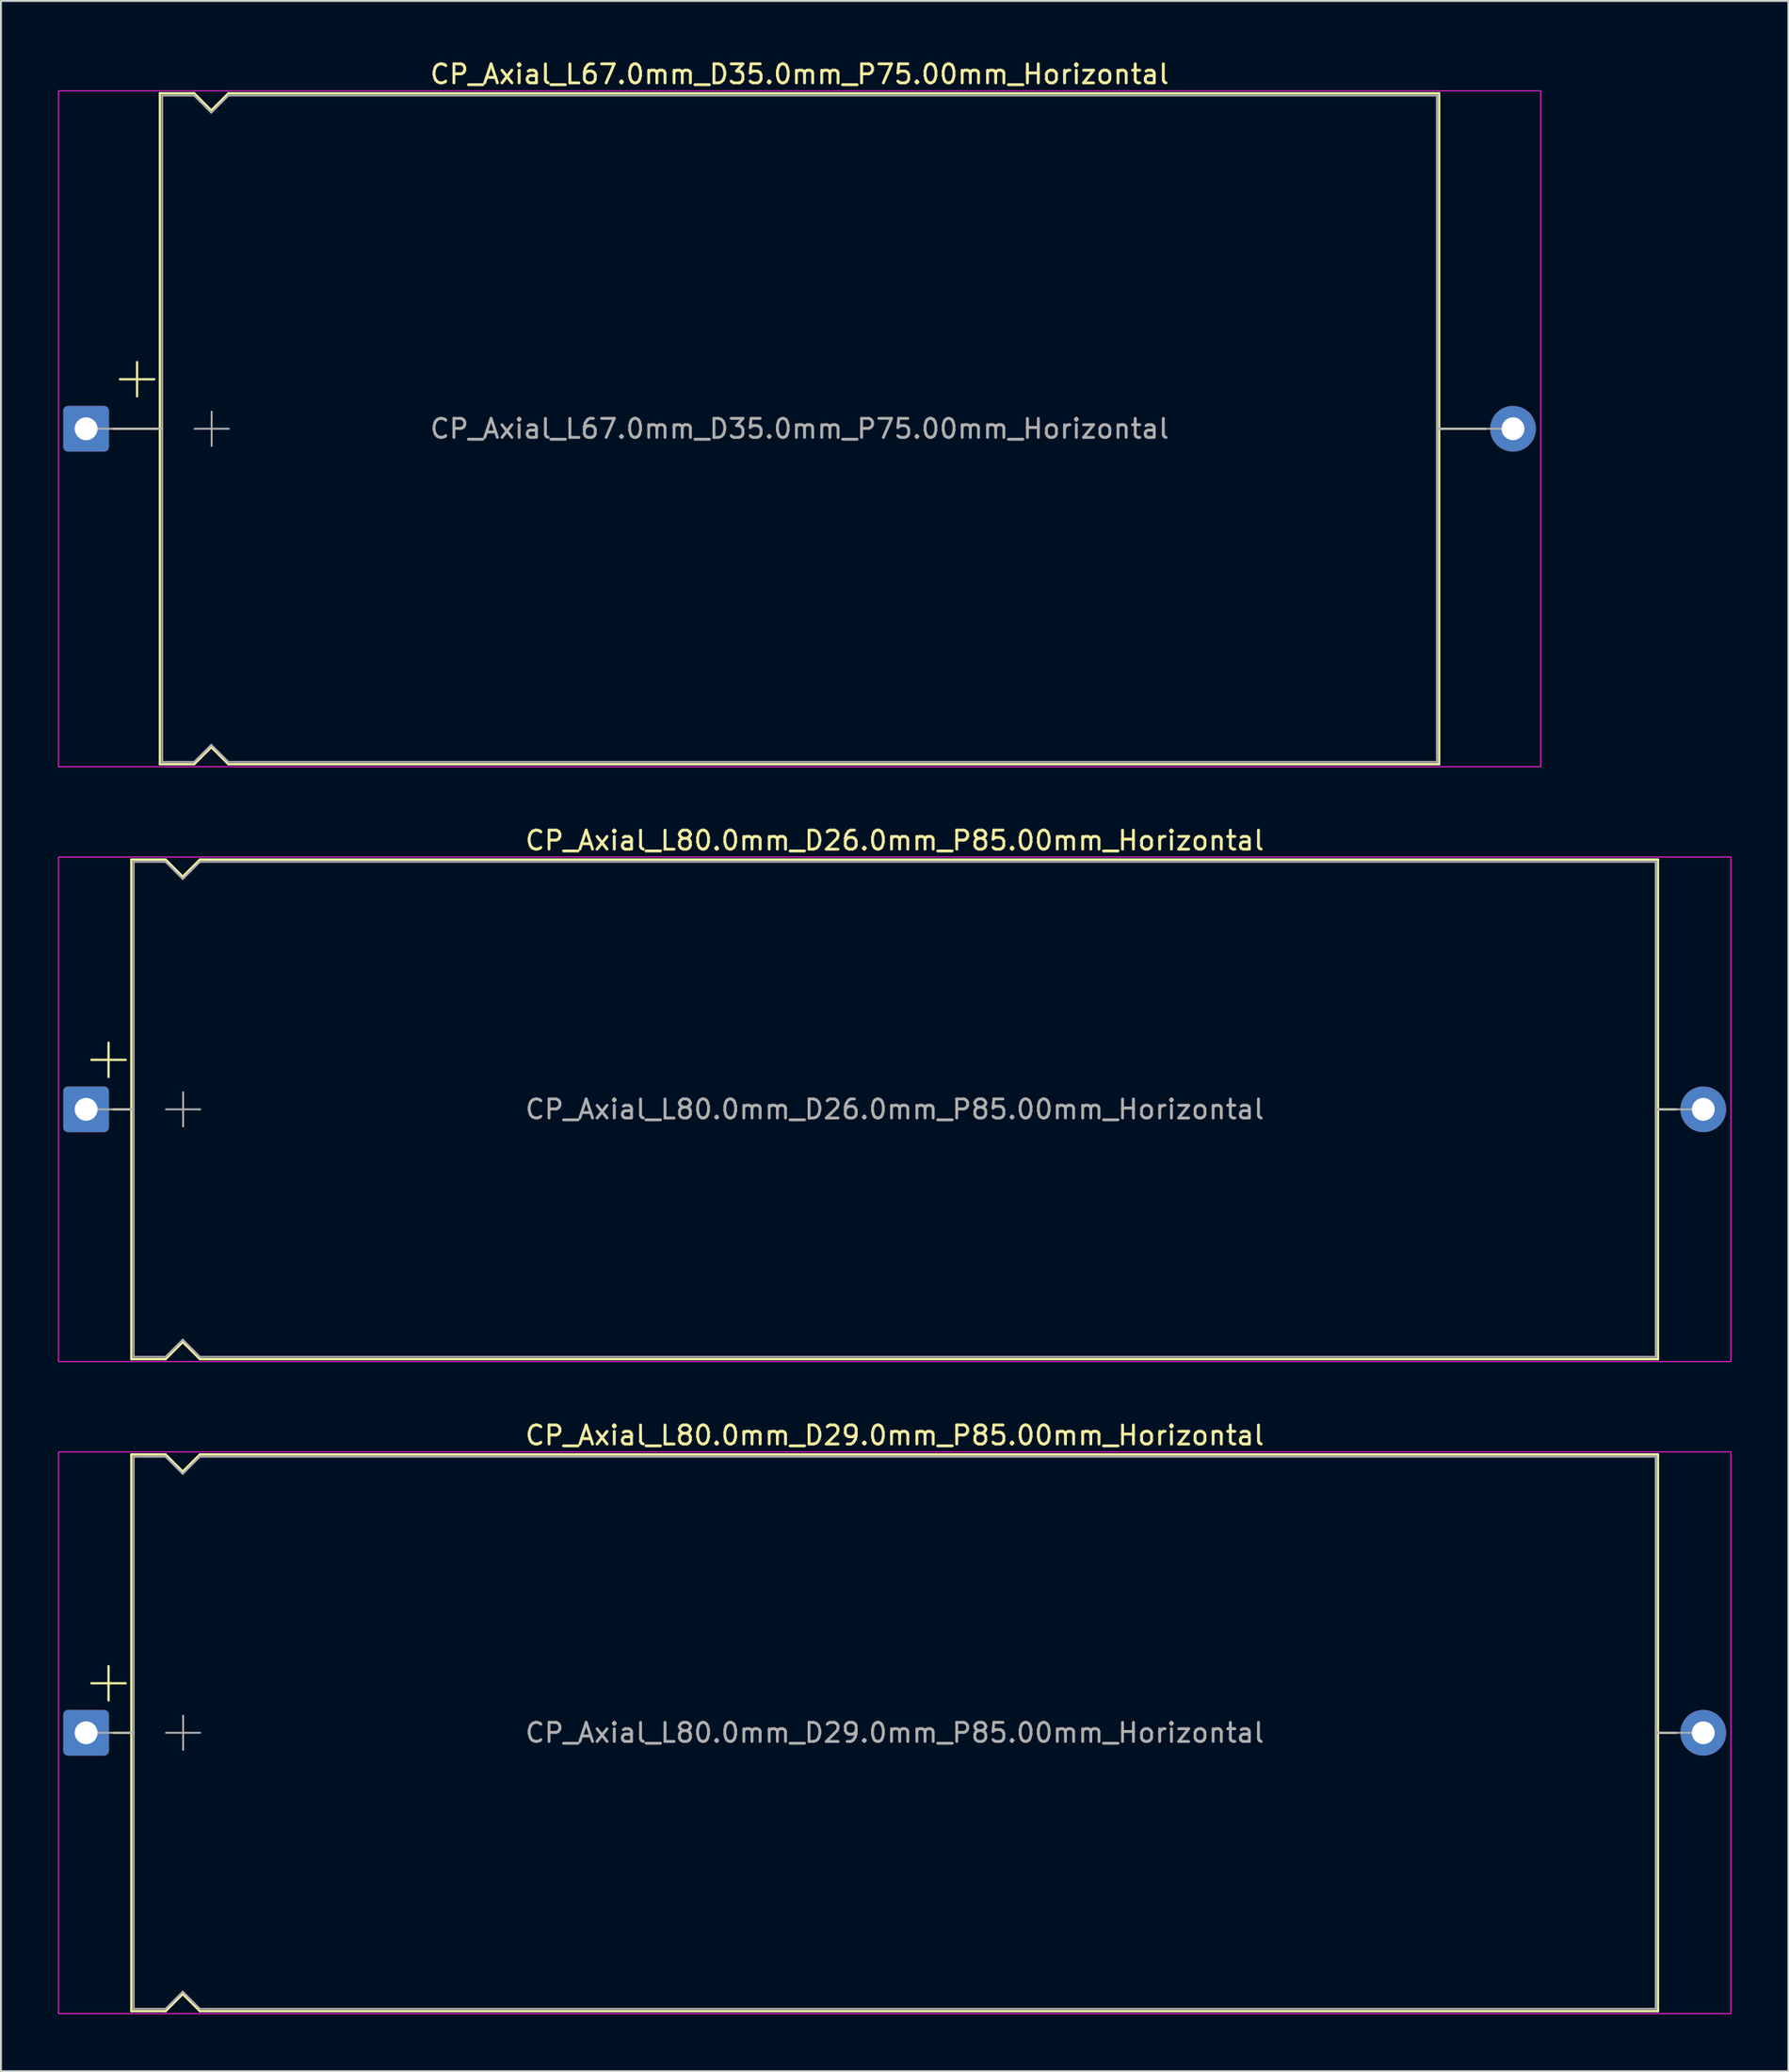
<source format=kicad_pcb>
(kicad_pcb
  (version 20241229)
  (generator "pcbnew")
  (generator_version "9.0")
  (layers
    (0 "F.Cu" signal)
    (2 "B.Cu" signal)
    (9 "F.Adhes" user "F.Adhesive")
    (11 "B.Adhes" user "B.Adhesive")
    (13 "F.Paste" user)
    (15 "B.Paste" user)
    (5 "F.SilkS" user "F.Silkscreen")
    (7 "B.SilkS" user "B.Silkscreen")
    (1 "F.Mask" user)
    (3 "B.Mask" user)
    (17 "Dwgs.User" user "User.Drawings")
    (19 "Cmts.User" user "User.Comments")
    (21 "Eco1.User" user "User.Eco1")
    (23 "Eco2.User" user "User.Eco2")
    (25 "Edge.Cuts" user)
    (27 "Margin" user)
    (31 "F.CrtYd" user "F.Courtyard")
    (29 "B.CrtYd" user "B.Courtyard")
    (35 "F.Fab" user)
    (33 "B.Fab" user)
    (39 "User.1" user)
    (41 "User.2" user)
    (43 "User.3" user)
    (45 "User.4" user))
  (footprint "CP_Axial_L67.0mm_D35.0mm_P75.00mm_Horizontal"
    (layer "F.Cu")
    (at 1.475 19.468)
    (property "Reference" "CP_Axial_L67.0mm_D35.0mm_P75.00mm_Horizontal" (at 37.5 -18.62 0) (layer "F.SilkS") (effects (font (size 1 1) (thickness 0.15))))
    (attr through_hole)
    (fp_line (start 1.44 0) (end 3.88 0) (stroke (width 0.12) (type solid)) (layer "F.SilkS"))
    (fp_line (start 1.78 -2.6) (end 3.58 -2.6) (stroke (width 0.12) (type solid)) (layer "F.SilkS"))
    (fp_line (start 2.68 -3.5) (end 2.68 -1.7) (stroke (width 0.12) (type solid)) (layer "F.SilkS"))
    (fp_line (start 3.88 -17.62) (end 3.88 17.62) (stroke (width 0.12) (type solid)) (layer "F.SilkS"))
    (fp_line (start 3.88 -17.62) (end 5.68 -17.62) (stroke (width 0.12) (type solid)) (layer "F.SilkS"))
    (fp_line (start 3.88 17.62) (end 5.68 17.62) (stroke (width 0.12) (type solid)) (layer "F.SilkS"))
    (fp_line (start 5.68 -17.62) (end 6.58 -16.72) (stroke (width 0.12) (type solid)) (layer "F.SilkS"))
    (fp_line (start 5.68 17.62) (end 6.58 16.72) (stroke (width 0.12) (type solid)) (layer "F.SilkS"))
    (fp_line (start 6.58 -16.72) (end 7.48 -17.62) (stroke (width 0.12) (type solid)) (layer "F.SilkS"))
    (fp_line (start 6.58 16.72) (end 7.48 17.62) (stroke (width 0.12) (type solid)) (layer "F.SilkS"))
    (fp_line (start 7.48 -17.62) (end 71.12 -17.62) (stroke (width 0.12) (type solid)) (layer "F.SilkS"))
    (fp_line (start 7.48 17.62) (end 71.12 17.62) (stroke (width 0.12) (type solid)) (layer "F.SilkS"))
    (fp_line (start 71.12 -17.62) (end 71.12 17.62) (stroke (width 0.12) (type solid)) (layer "F.SilkS"))
    (fp_line (start 73.56 0) (end 71.12 0) (stroke (width 0.12) (type solid)) (layer "F.SilkS"))
    (fp_rect (start -1.45 -17.75) (end 76.45 17.75) (stroke (width 0.05) (type solid)) (fill no) (layer "F.CrtYd"))
    (fp_line (start 0 0) (end 4 0) (stroke (width 0.1) (type solid)) (layer "F.Fab"))
    (fp_line (start 4 -17.5) (end 4 17.5) (stroke (width 0.1) (type solid)) (layer "F.Fab"))
    (fp_line (start 4 -17.5) (end 5.68 -17.5) (stroke (width 0.1) (type solid)) (layer "F.Fab"))
    (fp_line (start 4 17.5) (end 5.68 17.5) (stroke (width 0.1) (type solid)) (layer "F.Fab"))
    (fp_line (start 5.68 -17.5) (end 6.58 -16.6) (stroke (width 0.1) (type solid)) (layer "F.Fab"))
    (fp_line (start 5.68 17.5) (end 6.58 16.6) (stroke (width 0.1) (type solid)) (layer "F.Fab"))
    (fp_line (start 5.7 0) (end 7.5 0) (stroke (width 0.1) (type solid)) (layer "F.Fab"))
    (fp_line (start 6.58 -16.6) (end 7.48 -17.5) (stroke (width 0.1) (type solid)) (layer "F.Fab"))
    (fp_line (start 6.58 16.6) (end 7.48 17.5) (stroke (width 0.1) (type solid)) (layer "F.Fab"))
    (fp_line (start 6.6 -0.9) (end 6.6 0.9) (stroke (width 0.1) (type solid)) (layer "F.Fab"))
    (fp_line (start 7.48 -17.5) (end 71 -17.5) (stroke (width 0.1) (type solid)) (layer "F.Fab"))
    (fp_line (start 7.48 17.5) (end 71 17.5) (stroke (width 0.1) (type solid)) (layer "F.Fab"))
    (fp_line (start 71 -17.5) (end 71 17.5) (stroke (width 0.1) (type solid)) (layer "F.Fab"))
    (fp_line (start 75 0) (end 71 0) (stroke (width 0.1) (type solid)) (layer "F.Fab"))
    (fp_text user "${REFERENCE}" (at 37.5 0 0) (layer "F.Fab") (effects (font (size 1 1) (thickness 0.15))))
    (pad "1" thru_hole roundrect (at 0 0) (size 2.4 2.4) (drill 1.2) (layers "*.Cu" "*.Mask") (roundrect_rratio 0.104))
    (pad "2" thru_hole circle (at 75 0) (size 2.4 2.4) (drill 1.2) (layers "*.Cu" "*.Mask")))
  (footprint "CP_Axial_L80.0mm_D26.0mm_P85.00mm_Horizontal"
    (layer "F.Cu")
    (at 1.475 55.212)
    (property "Reference" "CP_Axial_L80.0mm_D26.0mm_P85.00mm_Horizontal" (at 42.5 -14.12 0) (layer "F.SilkS") (effects (font (size 1 1) (thickness 0.15))))
    (attr through_hole)
    (fp_line (start 0.28 -2.6) (end 2.08 -2.6) (stroke (width 0.12) (type solid)) (layer "F.SilkS"))
    (fp_line (start 1.18 -3.5) (end 1.18 -1.7) (stroke (width 0.12) (type solid)) (layer "F.SilkS"))
    (fp_line (start 1.44 0) (end 2.38 0) (stroke (width 0.12) (type solid)) (layer "F.SilkS"))
    (fp_line (start 2.38 -13.12) (end 2.38 13.12) (stroke (width 0.12) (type solid)) (layer "F.SilkS"))
    (fp_line (start 2.38 -13.12) (end 4.18 -13.12) (stroke (width 0.12) (type solid)) (layer "F.SilkS"))
    (fp_line (start 2.38 13.12) (end 4.18 13.12) (stroke (width 0.12) (type solid)) (layer "F.SilkS"))
    (fp_line (start 4.18 -13.12) (end 5.08 -12.22) (stroke (width 0.12) (type solid)) (layer "F.SilkS"))
    (fp_line (start 4.18 13.12) (end 5.08 12.22) (stroke (width 0.12) (type solid)) (layer "F.SilkS"))
    (fp_line (start 5.08 -12.22) (end 5.98 -13.12) (stroke (width 0.12) (type solid)) (layer "F.SilkS"))
    (fp_line (start 5.08 12.22) (end 5.98 13.12) (stroke (width 0.12) (type solid)) (layer "F.SilkS"))
    (fp_line (start 5.98 -13.12) (end 82.62 -13.12) (stroke (width 0.12) (type solid)) (layer "F.SilkS"))
    (fp_line (start 5.98 13.12) (end 82.62 13.12) (stroke (width 0.12) (type solid)) (layer "F.SilkS"))
    (fp_line (start 82.62 -13.12) (end 82.62 13.12) (stroke (width 0.12) (type solid)) (layer "F.SilkS"))
    (fp_line (start 83.56 0) (end 82.62 0) (stroke (width 0.12) (type solid)) (layer "F.SilkS"))
    (fp_rect (start -1.45 -13.25) (end 86.45 13.25) (stroke (width 0.05) (type solid)) (fill no) (layer "F.CrtYd"))
    (fp_line (start 0 0) (end 2.5 0) (stroke (width 0.1) (type solid)) (layer "F.Fab"))
    (fp_line (start 2.5 -13) (end 2.5 13) (stroke (width 0.1) (type solid)) (layer "F.Fab"))
    (fp_line (start 2.5 -13) (end 4.18 -13) (stroke (width 0.1) (type solid)) (layer "F.Fab"))
    (fp_line (start 2.5 13) (end 4.18 13) (stroke (width 0.1) (type solid)) (layer "F.Fab"))
    (fp_line (start 4.18 -13) (end 5.08 -12.1) (stroke (width 0.1) (type solid)) (layer "F.Fab"))
    (fp_line (start 4.18 13) (end 5.08 12.1) (stroke (width 0.1) (type solid)) (layer "F.Fab"))
    (fp_line (start 4.2 0) (end 6 0) (stroke (width 0.1) (type solid)) (layer "F.Fab"))
    (fp_line (start 5.08 -12.1) (end 5.98 -13) (stroke (width 0.1) (type solid)) (layer "F.Fab"))
    (fp_line (start 5.08 12.1) (end 5.98 13) (stroke (width 0.1) (type solid)) (layer "F.Fab"))
    (fp_line (start 5.1 -0.9) (end 5.1 0.9) (stroke (width 0.1) (type solid)) (layer "F.Fab"))
    (fp_line (start 5.98 -13) (end 82.5 -13) (stroke (width 0.1) (type solid)) (layer "F.Fab"))
    (fp_line (start 5.98 13) (end 82.5 13) (stroke (width 0.1) (type solid)) (layer "F.Fab"))
    (fp_line (start 82.5 -13) (end 82.5 13) (stroke (width 0.1) (type solid)) (layer "F.Fab"))
    (fp_line (start 85 0) (end 82.5 0) (stroke (width 0.1) (type solid)) (layer "F.Fab"))
    (fp_text user "${REFERENCE}" (at 42.5 0 0) (layer "F.Fab") (effects (font (size 1 1) (thickness 0.15))))
    (pad "1" thru_hole roundrect (at 0 0) (size 2.4 2.4) (drill 1.2) (layers "*.Cu" "*.Mask") (roundrect_rratio 0.104))
    (pad "2" thru_hole circle (at 85 0) (size 2.4 2.4) (drill 1.2) (layers "*.Cu" "*.Mask")))
  (footprint "CP_Axial_L80.0mm_D29.0mm_P85.00mm_Horizontal"
    (layer "F.Cu")
    (at 1.475 87.955)
    (property "Reference" "CP_Axial_L80.0mm_D29.0mm_P85.00mm_Horizontal" (at 42.5 -15.62 0) (layer "F.SilkS") (effects (font (size 1 1) (thickness 0.15))))
    (attr through_hole)
    (fp_line (start 0.28 -2.6) (end 2.08 -2.6) (stroke (width 0.12) (type solid)) (layer "F.SilkS"))
    (fp_line (start 1.18 -3.5) (end 1.18 -1.7) (stroke (width 0.12) (type solid)) (layer "F.SilkS"))
    (fp_line (start 1.44 0) (end 2.38 0) (stroke (width 0.12) (type solid)) (layer "F.SilkS"))
    (fp_line (start 2.38 -14.62) (end 2.38 14.62) (stroke (width 0.12) (type solid)) (layer "F.SilkS"))
    (fp_line (start 2.38 -14.62) (end 4.18 -14.62) (stroke (width 0.12) (type solid)) (layer "F.SilkS"))
    (fp_line (start 2.38 14.62) (end 4.18 14.62) (stroke (width 0.12) (type solid)) (layer "F.SilkS"))
    (fp_line (start 4.18 -14.62) (end 5.08 -13.72) (stroke (width 0.12) (type solid)) (layer "F.SilkS"))
    (fp_line (start 4.18 14.62) (end 5.08 13.72) (stroke (width 0.12) (type solid)) (layer "F.SilkS"))
    (fp_line (start 5.08 -13.72) (end 5.98 -14.62) (stroke (width 0.12) (type solid)) (layer "F.SilkS"))
    (fp_line (start 5.08 13.72) (end 5.98 14.62) (stroke (width 0.12) (type solid)) (layer "F.SilkS"))
    (fp_line (start 5.98 -14.62) (end 82.62 -14.62) (stroke (width 0.12) (type solid)) (layer "F.SilkS"))
    (fp_line (start 5.98 14.62) (end 82.62 14.62) (stroke (width 0.12) (type solid)) (layer "F.SilkS"))
    (fp_line (start 82.62 -14.62) (end 82.62 14.62) (stroke (width 0.12) (type solid)) (layer "F.SilkS"))
    (fp_line (start 83.56 0) (end 82.62 0) (stroke (width 0.12) (type solid)) (layer "F.SilkS"))
    (fp_rect (start -1.45 -14.75) (end 86.45 14.75) (stroke (width 0.05) (type solid)) (fill no) (layer "F.CrtYd"))
    (fp_line (start 0 0) (end 2.5 0) (stroke (width 0.1) (type solid)) (layer "F.Fab"))
    (fp_line (start 2.5 -14.5) (end 2.5 14.5) (stroke (width 0.1) (type solid)) (layer "F.Fab"))
    (fp_line (start 2.5 -14.5) (end 4.18 -14.5) (stroke (width 0.1) (type solid)) (layer "F.Fab"))
    (fp_line (start 2.5 14.5) (end 4.18 14.5) (stroke (width 0.1) (type solid)) (layer "F.Fab"))
    (fp_line (start 4.18 -14.5) (end 5.08 -13.6) (stroke (width 0.1) (type solid)) (layer "F.Fab"))
    (fp_line (start 4.18 14.5) (end 5.08 13.6) (stroke (width 0.1) (type solid)) (layer "F.Fab"))
    (fp_line (start 4.2 0) (end 6 0) (stroke (width 0.1) (type solid)) (layer "F.Fab"))
    (fp_line (start 5.08 -13.6) (end 5.98 -14.5) (stroke (width 0.1) (type solid)) (layer "F.Fab"))
    (fp_line (start 5.08 13.6) (end 5.98 14.5) (stroke (width 0.1) (type solid)) (layer "F.Fab"))
    (fp_line (start 5.1 -0.9) (end 5.1 0.9) (stroke (width 0.1) (type solid)) (layer "F.Fab"))
    (fp_line (start 5.98 -14.5) (end 82.5 -14.5) (stroke (width 0.1) (type solid)) (layer "F.Fab"))
    (fp_line (start 5.98 14.5) (end 82.5 14.5) (stroke (width 0.1) (type solid)) (layer "F.Fab"))
    (fp_line (start 82.5 -14.5) (end 82.5 14.5) (stroke (width 0.1) (type solid)) (layer "F.Fab"))
    (fp_line (start 85 0) (end 82.5 0) (stroke (width 0.1) (type solid)) (layer "F.Fab"))
    (fp_text user "${REFERENCE}" (at 42.5 0 0) (layer "F.Fab") (effects (font (size 1 1) (thickness 0.15))))
    (pad "1" thru_hole roundrect (at 0 0) (size 2.4 2.4) (drill 1.2) (layers "*.Cu" "*.Mask") (roundrect_rratio 0.104))
    (pad "2" thru_hole circle (at 85 0) (size 2.4 2.4) (drill 1.2) (layers "*.Cu" "*.Mask")))
  (gr_rect
    (start -3 -3)
    (end 90.95 105.73)
    (stroke (width 0.1) (type default))
    (fill no)
    (layer "Edge.Cuts")))
</source>
